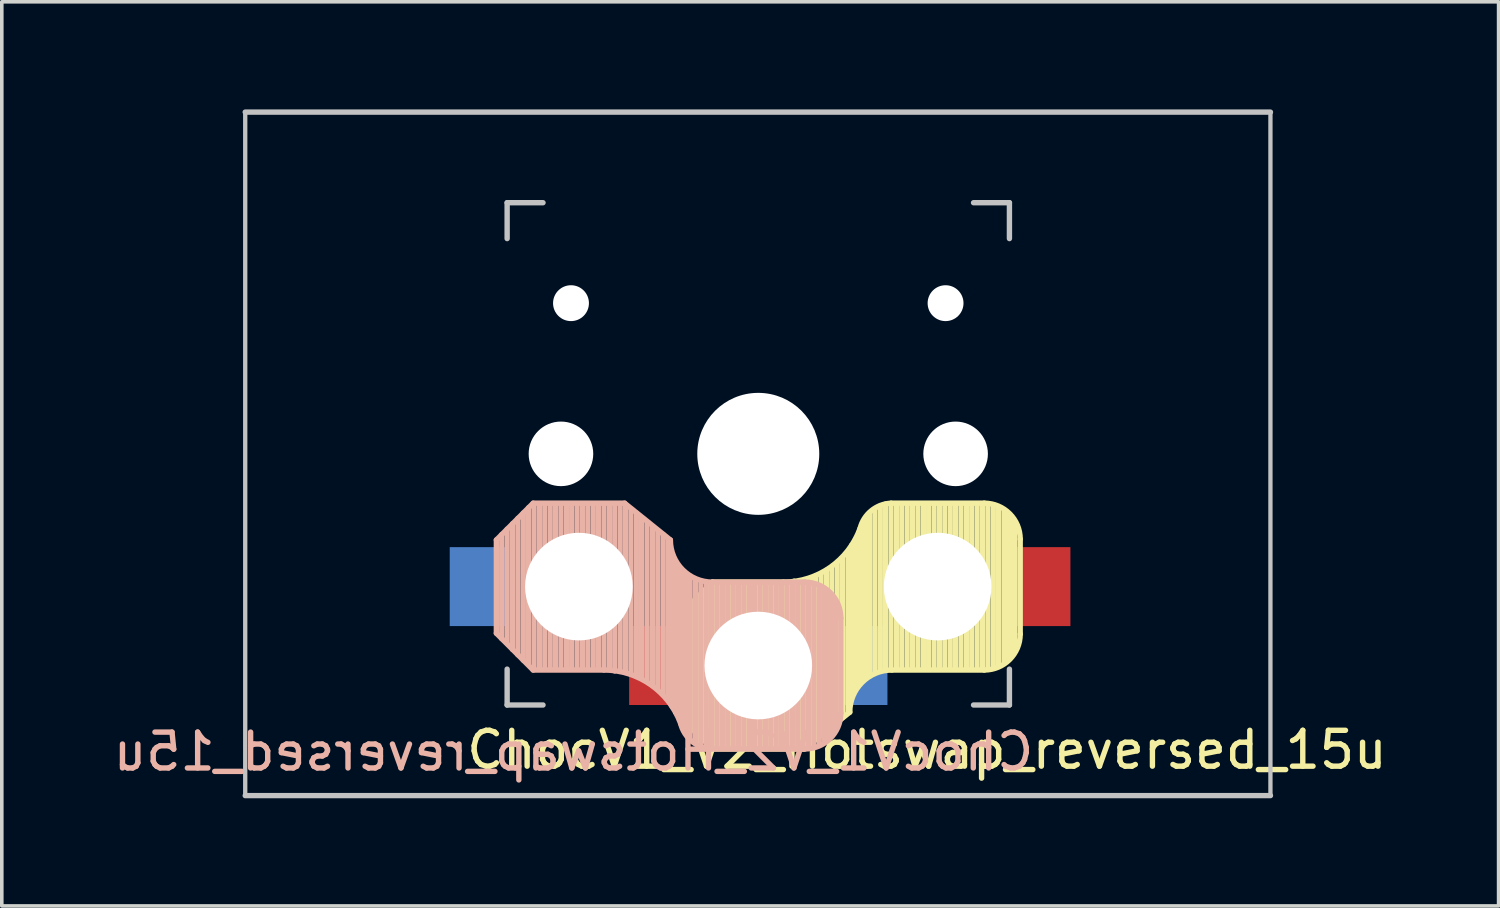
<source format=kicad_pcb>
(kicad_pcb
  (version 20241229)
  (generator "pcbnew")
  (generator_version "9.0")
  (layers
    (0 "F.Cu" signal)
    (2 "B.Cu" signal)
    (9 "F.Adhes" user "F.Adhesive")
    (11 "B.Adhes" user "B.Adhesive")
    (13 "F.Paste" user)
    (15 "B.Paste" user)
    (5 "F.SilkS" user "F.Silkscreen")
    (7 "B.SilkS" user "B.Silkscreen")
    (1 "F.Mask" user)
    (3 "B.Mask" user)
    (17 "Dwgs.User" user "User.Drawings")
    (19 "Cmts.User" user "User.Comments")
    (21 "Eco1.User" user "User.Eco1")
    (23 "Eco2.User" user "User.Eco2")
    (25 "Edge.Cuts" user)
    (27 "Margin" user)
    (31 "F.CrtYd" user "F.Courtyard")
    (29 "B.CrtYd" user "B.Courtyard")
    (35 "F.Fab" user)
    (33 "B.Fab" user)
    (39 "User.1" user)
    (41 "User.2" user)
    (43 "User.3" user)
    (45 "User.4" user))
  (footprint "ChocV1_V2_Hotswap_reversed_15u"
    (layer "F.Cu")
    (at 18.085 9.6)
    (property "Reference" "ChocV1_V2_Hotswap_reversed_15u" (at -5.15 8.3 0) (unlocked yes) (layer "B.SilkS") (effects (font (size 1 1) (thickness 0.15)) (justify mirror)))
    (attr through_hole)
    (fp_line (start -2.3 4.6) (end -1.275 3.575) (stroke (width 0.15) (type solid)) (layer "F.SilkS"))
    (fp_line (start -2.3 7.2) (end -2.3 4.6) (stroke (width 0.15) (type solid)) (layer "F.SilkS"))
    (fp_line (start -2.3 7.2) (end -1.275 8.225) (stroke (width 0.15) (type solid)) (layer "F.SilkS"))
    (fp_line (start -2.15 4.45) (end -2.15 7.35) (stroke (width 0.15) (type solid)) (layer "F.SilkS"))
    (fp_line (start -2 4.35) (end -2 7.5) (stroke (width 0.15) (type solid)) (layer "F.SilkS"))
    (fp_line (start -1.85 4.15) (end -1.85 7.65) (stroke (width 0.15) (type solid)) (layer "F.SilkS"))
    (fp_line (start -1.7 4) (end -1.7 7.8) (stroke (width 0.15) (type solid)) (layer "F.SilkS"))
    (fp_line (start -1.55 3.85) (end -1.55 7.95) (stroke (width 0.15) (type solid)) (layer "F.SilkS"))
    (fp_line (start -1.4 3.75) (end -1.4 8.1) (stroke (width 0.15) (type solid)) (layer "F.SilkS"))
    (fp_line (start -1.25 3.6) (end -1.25 8.2) (stroke (width 0.15) (type solid)) (layer "F.SilkS"))
    (fp_line (start -1.1 3.6) (end -1.1 8.2) (stroke (width 0.15) (type solid)) (layer "F.SilkS"))
    (fp_line (start -0.95 3.6) (end -0.95 8.2) (stroke (width 0.15) (type solid)) (layer "F.SilkS"))
    (fp_line (start -0.8 3.6) (end -0.8 8.2) (stroke (width 0.15) (type solid)) (layer "F.SilkS"))
    (fp_line (start -0.65 3.6) (end -0.65 8.2) (stroke (width 0.15) (type solid)) (layer "F.SilkS"))
    (fp_line (start -0.5 3.6) (end -0.5 8.2) (stroke (width 0.15) (type solid)) (layer "F.SilkS"))
    (fp_line (start -0.35 3.6) (end -0.35 8.2) (stroke (width 0.15) (type solid)) (layer "F.SilkS"))
    (fp_line (start -0.2 3.6) (end -0.2 8.2) (stroke (width 0.15) (type solid)) (layer "F.SilkS"))
    (fp_line (start -0.05 3.6) (end -0.05 8.2) (stroke (width 0.15) (type solid)) (layer "F.SilkS"))
    (fp_line (start 0.1 3.6) (end 0.1 8.2) (stroke (width 0.15) (type solid)) (layer "F.SilkS"))
    (fp_line (start 0.25 3.6) (end 0.25 8.2) (stroke (width 0.15) (type solid)) (layer "F.SilkS"))
    (fp_line (start 0.4 3.6) (end 0.4 8.2) (stroke (width 0.15) (type solid)) (layer "F.SilkS"))
    (fp_line (start 0.55 3.6) (end 0.55 8.2) (stroke (width 0.15) (type solid)) (layer "F.SilkS"))
    (fp_line (start 0.7 3.575) (end -1.275 3.575) (stroke (width 0.15) (type solid)) (layer "F.SilkS"))
    (fp_line (start 0.7 3.6) (end 0.7 8.2) (stroke (width 0.15) (type solid)) (layer "F.SilkS"))
    (fp_line (start 0.85 3.6) (end 0.85 8.15) (stroke (width 0.15) (type solid)) (layer "F.SilkS"))
    (fp_line (start 1 3.55) (end 1 8.2) (stroke (width 0.15) (type solid)) (layer "F.SilkS"))
    (fp_line (start 1.15 3.55) (end 1.15 8.2) (stroke (width 0.15) (type solid)) (layer "F.SilkS"))
    (fp_line (start 1.275 8.225) (end -1.275 8.225) (stroke (width 0.15) (type solid)) (layer "F.SilkS"))
    (fp_line (start 1.275 8.225) (end 2.55 7.2) (stroke (width 0.15) (type solid)) (layer "F.SilkS"))
    (fp_line (start 1.3 3.55) (end 1.3 8.15) (stroke (width 0.15) (type solid)) (layer "F.SilkS"))
    (fp_line (start 1.45 3.5) (end 1.45 8.05) (stroke (width 0.15) (type solid)) (layer "F.SilkS"))
    (fp_line (start 1.6 3.4) (end 1.6 7.95) (stroke (width 0.15) (type solid)) (layer "F.SilkS"))
    (fp_line (start 1.75 3.35) (end 1.75 7.8) (stroke (width 0.15) (type solid)) (layer "F.SilkS"))
    (fp_line (start 1.9 3.25) (end 1.9 7.7) (stroke (width 0.15) (type solid)) (layer "F.SilkS"))
    (fp_line (start 2.05 3.15) (end 2.05 7.55) (stroke (width 0.15) (type solid)) (layer "F.SilkS"))
    (fp_line (start 2.2 3.05) (end 2.2 7.45) (stroke (width 0.15) (type solid)) (layer "F.SilkS"))
    (fp_line (start 2.35 2.9) (end 2.35 7.35) (stroke (width 0.15) (type solid)) (layer "F.SilkS"))
    (fp_line (start 2.5 2.75) (end 2.5 7.2) (stroke (width 0.15) (type solid)) (layer "F.SilkS"))
    (fp_line (start 2.6 2.55) (end 2.6 6.7) (stroke (width 0.15) (type solid)) (layer "F.SilkS"))
    (fp_line (start 2.7 2.4) (end 2.7 6.55) (stroke (width 0.15) (type solid)) (layer "F.SilkS"))
    (fp_line (start 2.8 2.2) (end 2.8 6.35) (stroke (width 0.15) (type solid)) (layer "F.SilkS"))
    (fp_line (start 2.9 2.05) (end 2.9 6.25) (stroke (width 0.15) (type solid)) (layer "F.SilkS"))
    (fp_line (start 3 1.8) (end 3 6.2) (stroke (width 0.15) (type solid)) (layer "F.SilkS"))
    (fp_line (start 3.1 1.65) (end 3.1 6.15) (stroke (width 0.15) (type solid)) (layer "F.SilkS"))
    (fp_line (start 3.25 1.55) (end 3.25 6.1) (stroke (width 0.15) (type solid)) (layer "F.SilkS"))
    (fp_line (start 3.4 1.45) (end 3.4 6) (stroke (width 0.15) (type solid)) (layer "F.SilkS"))
    (fp_line (start 3.55 1.4) (end 3.55 6) (stroke (width 0.15) (type solid)) (layer "F.SilkS"))
    (fp_line (start 3.7 1.4) (end 3.7 6) (stroke (width 0.15) (type solid)) (layer "F.SilkS"))
    (fp_line (start 3.85 1.4) (end 3.85 5.95) (stroke (width 0.15) (type solid)) (layer "F.SilkS"))
    (fp_line (start 4 1.4) (end 4 6) (stroke (width 0.15) (type solid)) (layer "F.SilkS"))
    (fp_line (start 4.15 1.4) (end 4.15 6) (stroke (width 0.15) (type solid)) (layer "F.SilkS"))
    (fp_line (start 4.3 1.4) (end 4.3 6) (stroke (width 0.15) (type solid)) (layer "F.SilkS"))
    (fp_line (start 4.45 1.4) (end 4.45 6) (stroke (width 0.15) (type solid)) (layer "F.SilkS"))
    (fp_line (start 4.6 1.4) (end 4.6 6) (stroke (width 0.15) (type solid)) (layer "F.SilkS"))
    (fp_line (start 4.75 1.4) (end 4.75 6) (stroke (width 0.15) (type solid)) (layer "F.SilkS"))
    (fp_line (start 4.9 1.4) (end 4.9 6) (stroke (width 0.15) (type solid)) (layer "F.SilkS"))
    (fp_line (start 5.05 1.4) (end 5.05 6) (stroke (width 0.15) (type solid)) (layer "F.SilkS"))
    (fp_line (start 5.2 1.4) (end 5.2 6) (stroke (width 0.15) (type solid)) (layer "F.SilkS"))
    (fp_line (start 5.35 1.4) (end 5.35 6) (stroke (width 0.15) (type solid)) (layer "F.SilkS"))
    (fp_line (start 5.5 1.4) (end 5.5 6) (stroke (width 0.15) (type solid)) (layer "F.SilkS"))
    (fp_line (start 5.65 1.4) (end 5.65 6) (stroke (width 0.15) (type solid)) (layer "F.SilkS"))
    (fp_line (start 5.8 1.4) (end 5.8 6) (stroke (width 0.15) (type solid)) (layer "F.SilkS"))
    (fp_line (start 5.95 1.4) (end 5.95 6) (stroke (width 0.15) (type solid)) (layer "F.SilkS"))
    (fp_line (start 6.1 1.4) (end 6.1 6) (stroke (width 0.15) (type solid)) (layer "F.SilkS"))
    (fp_line (start 6.25 1.4) (end 6.25 6) (stroke (width 0.15) (type solid)) (layer "F.SilkS"))
    (fp_line (start 6.3 1.375) (end 3.7 1.375) (stroke (width 0.15) (type solid)) (layer "F.SilkS"))
    (fp_line (start 6.3 6.025) (end 3.725 6.025) (stroke (width 0.15) (type solid)) (layer "F.SilkS"))
    (fp_line (start 6.4 1.4) (end 6.4 5.95) (stroke (width 0.15) (type solid)) (layer "F.SilkS"))
    (fp_line (start 6.55 1.45) (end 6.55 5.95) (stroke (width 0.15) (type solid)) (layer "F.SilkS"))
    (fp_line (start 6.7 1.5) (end 6.7 5.9) (stroke (width 0.15) (type solid)) (layer "F.SilkS"))
    (fp_line (start 6.85 1.6) (end 6.85 5.8) (stroke (width 0.15) (type solid)) (layer "F.SilkS"))
    (fp_line (start 6.95 1.7) (end 6.95 5.65) (stroke (width 0.15) (type solid)) (layer "F.SilkS"))
    (fp_line (start 7.05 1.8) (end 7.05 5.55) (stroke (width 0.15) (type solid)) (layer "F.SilkS"))
    (fp_line (start 7.15 1.95) (end 7.15 5.5) (stroke (width 0.15) (type solid)) (layer "F.SilkS"))
    (fp_line (start 7.3 5.025) (end 7.3 2.375) (stroke (width 0.15) (type solid)) (layer "F.SilkS"))
    (fp_arc (start 2.55 7.2) (mid 2.89415 6.36915) (end 3.725 6.025) (stroke (width 0.15) (type solid)) (layer "F.SilkS"))
    (fp_arc (start 2.837801 2.078096) (mid 2.004887 3.163571) (end 0.7 3.575) (stroke (width 0.15) (type solid)) (layer "F.SilkS"))
    (fp_arc (start 2.837801 2.078096) (mid 3.151716 1.583979) (end 3.699005 1.376209) (stroke (width 0.15) (type solid)) (layer "F.SilkS"))
    (fp_arc (start 6.3 1.375) (mid 7.007107 1.667893) (end 7.3 2.375) (stroke (width 0.15) (type solid)) (layer "F.SilkS"))
    (fp_arc (start 7.3 5.025) (mid 7.007107 5.732107) (end 6.3 6.025) (stroke (width 0.15) (type solid)) (layer "F.SilkS"))
    (fp_line (start -7.3 2.4) (end -7.3 5) (stroke (width 0.15) (type solid)) (layer "B.SilkS"))
    (fp_line (start -7.3 2.4) (end -6.275 1.375) (stroke (width 0.15) (type solid)) (layer "B.SilkS"))
    (fp_line (start -7.3 5) (end -6.275 6.025) (stroke (width 0.15) (type solid)) (layer "B.SilkS"))
    (fp_line (start -7.15 5.15) (end -7.15 2.25) (stroke (width 0.15) (type solid)) (layer "B.SilkS"))
    (fp_line (start -7 5.25) (end -7 2.1) (stroke (width 0.15) (type solid)) (layer "B.SilkS"))
    (fp_line (start -6.85 5.45) (end -6.85 1.95) (stroke (width 0.15) (type solid)) (layer "B.SilkS"))
    (fp_line (start -6.7 5.6) (end -6.7 1.8) (stroke (width 0.15) (type solid)) (layer "B.SilkS"))
    (fp_line (start -6.55 5.75) (end -6.55 1.65) (stroke (width 0.15) (type solid)) (layer "B.SilkS"))
    (fp_line (start -6.4 5.85) (end -6.4 1.5) (stroke (width 0.15) (type solid)) (layer "B.SilkS"))
    (fp_line (start -6.25 6) (end -6.25 1.4) (stroke (width 0.15) (type solid)) (layer "B.SilkS"))
    (fp_line (start -6.1 6) (end -6.1 1.4) (stroke (width 0.15) (type solid)) (layer "B.SilkS"))
    (fp_line (start -5.95 6) (end -5.95 1.4) (stroke (width 0.15) (type solid)) (layer "B.SilkS"))
    (fp_line (start -5.8 6) (end -5.8 1.4) (stroke (width 0.15) (type solid)) (layer "B.SilkS"))
    (fp_line (start -5.65 6) (end -5.65 1.4) (stroke (width 0.15) (type solid)) (layer "B.SilkS"))
    (fp_line (start -5.5 6) (end -5.5 1.4) (stroke (width 0.15) (type solid)) (layer "B.SilkS"))
    (fp_line (start -5.35 6) (end -5.35 1.4) (stroke (width 0.15) (type solid)) (layer "B.SilkS"))
    (fp_line (start -5.2 6) (end -5.2 1.4) (stroke (width 0.15) (type solid)) (layer "B.SilkS"))
    (fp_line (start -5.05 6) (end -5.05 1.4) (stroke (width 0.15) (type solid)) (layer "B.SilkS"))
    (fp_line (start -4.9 6) (end -4.9 1.4) (stroke (width 0.15) (type solid)) (layer "B.SilkS"))
    (fp_line (start -4.75 6) (end -4.75 1.4) (stroke (width 0.15) (type solid)) (layer "B.SilkS"))
    (fp_line (start -4.6 6) (end -4.6 1.4) (stroke (width 0.15) (type solid)) (layer "B.SilkS"))
    (fp_line (start -4.45 6) (end -4.45 1.4) (stroke (width 0.15) (type solid)) (layer "B.SilkS"))
    (fp_line (start -4.3 6) (end -4.3 1.4) (stroke (width 0.15) (type solid)) (layer "B.SilkS"))
    (fp_line (start -4.3 6.025) (end -6.275 6.025) (stroke (width 0.15) (type solid)) (layer "B.SilkS"))
    (fp_line (start -4.15 6) (end -4.15 1.45) (stroke (width 0.15) (type solid)) (layer "B.SilkS"))
    (fp_line (start -4 6.05) (end -4 1.4) (stroke (width 0.15) (type solid)) (layer "B.SilkS"))
    (fp_line (start -3.85 6.05) (end -3.85 1.4) (stroke (width 0.15) (type solid)) (layer "B.SilkS"))
    (fp_line (start -3.725 1.375) (end -6.275 1.375) (stroke (width 0.15) (type solid)) (layer "B.SilkS"))
    (fp_line (start -3.725 1.375) (end -2.45 2.4) (stroke (width 0.15) (type solid)) (layer "B.SilkS"))
    (fp_line (start -3.7 6.05) (end -3.7 1.45) (stroke (width 0.15) (type solid)) (layer "B.SilkS"))
    (fp_line (start -3.55 6.1) (end -3.55 1.55) (stroke (width 0.15) (type solid)) (layer "B.SilkS"))
    (fp_line (start -3.4 6.2) (end -3.4 1.65) (stroke (width 0.15) (type solid)) (layer "B.SilkS"))
    (fp_line (start -3.25 6.25) (end -3.25 1.8) (stroke (width 0.15) (type solid)) (layer "B.SilkS"))
    (fp_line (start -3.1 6.35) (end -3.1 1.9) (stroke (width 0.15) (type solid)) (layer "B.SilkS"))
    (fp_line (start -2.95 6.45) (end -2.95 2.05) (stroke (width 0.15) (type solid)) (layer "B.SilkS"))
    (fp_line (start -2.8 6.55) (end -2.8 2.15) (stroke (width 0.15) (type solid)) (layer "B.SilkS"))
    (fp_line (start -2.65 6.7) (end -2.65 2.25) (stroke (width 0.15) (type solid)) (layer "B.SilkS"))
    (fp_line (start -2.5 6.85) (end -2.5 2.4) (stroke (width 0.15) (type solid)) (layer "B.SilkS"))
    (fp_line (start -2.4 7.05) (end -2.4 2.9) (stroke (width 0.15) (type solid)) (layer "B.SilkS"))
    (fp_line (start -2.3 7.2) (end -2.3 3.05) (stroke (width 0.15) (type solid)) (layer "B.SilkS"))
    (fp_line (start -2.2 7.4) (end -2.2 3.25) (stroke (width 0.15) (type solid)) (layer "B.SilkS"))
    (fp_line (start -2.1 7.55) (end -2.1 3.35) (stroke (width 0.15) (type solid)) (layer "B.SilkS"))
    (fp_line (start -2 7.8) (end -2 3.4) (stroke (width 0.15) (type solid)) (layer "B.SilkS"))
    (fp_line (start -1.9 7.95) (end -1.9 3.45) (stroke (width 0.15) (type solid)) (layer "B.SilkS"))
    (fp_line (start -1.75 8.05) (end -1.75 3.5) (stroke (width 0.15) (type solid)) (layer "B.SilkS"))
    (fp_line (start -1.6 8.15) (end -1.6 3.6) (stroke (width 0.15) (type solid)) (layer "B.SilkS"))
    (fp_line (start -1.45 8.2) (end -1.45 3.6) (stroke (width 0.15) (type solid)) (layer "B.SilkS"))
    (fp_line (start -1.3 8.2) (end -1.3 3.6) (stroke (width 0.15) (type solid)) (layer "B.SilkS"))
    (fp_line (start -1.15 8.2) (end -1.15 3.65) (stroke (width 0.15) (type solid)) (layer "B.SilkS"))
    (fp_line (start -1 8.2) (end -1 3.6) (stroke (width 0.15) (type solid)) (layer "B.SilkS"))
    (fp_line (start -0.85 8.2) (end -0.85 3.6) (stroke (width 0.15) (type solid)) (layer "B.SilkS"))
    (fp_line (start -0.7 8.2) (end -0.7 3.6) (stroke (width 0.15) (type solid)) (layer "B.SilkS"))
    (fp_line (start -0.55 8.2) (end -0.55 3.6) (stroke (width 0.15) (type solid)) (layer "B.SilkS"))
    (fp_line (start -0.4 8.2) (end -0.4 3.6) (stroke (width 0.15) (type solid)) (layer "B.SilkS"))
    (fp_line (start -0.25 8.2) (end -0.25 3.6) (stroke (width 0.15) (type solid)) (layer "B.SilkS"))
    (fp_line (start -0.1 8.2) (end -0.1 3.6) (stroke (width 0.15) (type solid)) (layer "B.SilkS"))
    (fp_line (start 0.05 8.2) (end 0.05 3.6) (stroke (width 0.15) (type solid)) (layer "B.SilkS"))
    (fp_line (start 0.2 8.2) (end 0.2 3.6) (stroke (width 0.15) (type solid)) (layer "B.SilkS"))
    (fp_line (start 0.35 8.2) (end 0.35 3.6) (stroke (width 0.15) (type solid)) (layer "B.SilkS"))
    (fp_line (start 0.5 8.2) (end 0.5 3.6) (stroke (width 0.15) (type solid)) (layer "B.SilkS"))
    (fp_line (start 0.65 8.2) (end 0.65 3.6) (stroke (width 0.15) (type solid)) (layer "B.SilkS"))
    (fp_line (start 0.8 8.2) (end 0.8 3.6) (stroke (width 0.15) (type solid)) (layer "B.SilkS"))
    (fp_line (start 0.95 8.2) (end 0.95 3.6) (stroke (width 0.15) (type solid)) (layer "B.SilkS"))
    (fp_line (start 1.1 8.2) (end 1.1 3.6) (stroke (width 0.15) (type solid)) (layer "B.SilkS"))
    (fp_line (start 1.25 8.2) (end 1.25 3.6) (stroke (width 0.15) (type solid)) (layer "B.SilkS"))
    (fp_line (start 1.3 3.575) (end -1.275 3.575) (stroke (width 0.15) (type solid)) (layer "B.SilkS"))
    (fp_line (start 1.3 8.225) (end -1.3 8.225) (stroke (width 0.15) (type solid)) (layer "B.SilkS"))
    (fp_line (start 1.4 8.2) (end 1.4 3.65) (stroke (width 0.15) (type solid)) (layer "B.SilkS"))
    (fp_line (start 1.55 8.15) (end 1.55 3.65) (stroke (width 0.15) (type solid)) (layer "B.SilkS"))
    (fp_line (start 1.7 8.1) (end 1.7 3.7) (stroke (width 0.15) (type solid)) (layer "B.SilkS"))
    (fp_line (start 1.85 8) (end 1.85 3.8) (stroke (width 0.15) (type solid)) (layer "B.SilkS"))
    (fp_line (start 1.95 7.9) (end 1.95 3.95) (stroke (width 0.15) (type solid)) (layer "B.SilkS"))
    (fp_line (start 2.05 7.8) (end 2.05 4.05) (stroke (width 0.15) (type solid)) (layer "B.SilkS"))
    (fp_line (start 2.15 7.65) (end 2.15 4.1) (stroke (width 0.15) (type solid)) (layer "B.SilkS"))
    (fp_line (start 2.3 4.575) (end 2.3 7.225) (stroke (width 0.15) (type solid)) (layer "B.SilkS"))
    (fp_arc (start -4.3 6.025) (mid -2.995114 6.436429) (end -2.162199 7.521904) (stroke (width 0.15) (type solid)) (layer "B.SilkS"))
    (fp_arc (start -1.300995 8.223791) (mid -1.848286 8.016021) (end -2.162199 7.521904) (stroke (width 0.15) (type solid)) (layer "B.SilkS"))
    (fp_arc (start -1.275 3.575) (mid -2.10585 3.23085) (end -2.45 2.4) (stroke (width 0.15) (type solid)) (layer "B.SilkS"))
    (fp_arc (start 1.3 3.575) (mid 2.007107 3.867893) (end 2.3 4.575) (stroke (width 0.15) (type solid)) (layer "B.SilkS"))
    (fp_arc (start 2.3 7.225) (mid 2.007107 7.932107) (end 1.3 8.225) (stroke (width 0.15) (type solid)) (layer "B.SilkS"))
    (fp_line (start -14.3 -9.525) (end -14.3 9.525) (stroke (width 0.12) (type solid)) (layer "Dwgs.User"))
    (fp_line (start -14.3 -9.525) (end 14.275 -9.525) (stroke (width 0.15) (type solid)) (layer "Dwgs.User"))
    (fp_line (start -7 -7) (end -6 -7) (stroke (width 0.15) (type solid)) (layer "Dwgs.User"))
    (fp_line (start -7 -6) (end -7 -7) (stroke (width 0.15) (type solid)) (layer "Dwgs.User"))
    (fp_line (start -7 7) (end -7 6) (stroke (width 0.15) (type solid)) (layer "Dwgs.User"))
    (fp_line (start -6 7) (end -7 7) (stroke (width 0.15) (type solid)) (layer "Dwgs.User"))
    (fp_line (start 6 7) (end 7 7) (stroke (width 0.15) (type solid)) (layer "Dwgs.User"))
    (fp_line (start 7 -7) (end 6 -7) (stroke (width 0.15) (type solid)) (layer "Dwgs.User"))
    (fp_line (start 7 -6) (end 7 -7) (stroke (width 0.15) (type solid)) (layer "Dwgs.User"))
    (fp_line (start 7 7) (end 7 6) (stroke (width 0.15) (type solid)) (layer "Dwgs.User"))
    (fp_line (start 14.275 -9.525) (end 14.275 9.525) (stroke (width 0.12) (type solid)) (layer "Dwgs.User"))
    (fp_line (start 14.275 9.525) (end -14.3 9.525) (stroke (width 0.15) (type solid)) (layer "Dwgs.User"))
    (fp_text user "${REFERENCE}" (at 4.7 8.25 0) (unlocked yes) (layer "F.SilkS") (effects (font (size 1 1) (thickness 0.15))))
    (pad "" np_thru_hole circle (at -5.5 0 90) (size 1.8 1.8) (drill 1.8) (layers "*.Cu" "*.Mask"))
    (pad "" np_thru_hole circle (at -5.22 -4.2 180) (size 1 1) (drill 1) (layers "*.Cu" "*.Mask"))
    (pad "" np_thru_hole circle (at -5 3.7 90) (size 3 3) (drill 3) (layers "*.Cu" "*.Mask"))
    (pad "" np_thru_hole circle (at 0 0 90) (size 3.4 3.4) (drill 3.4) (layers "*.Cu" "*.Mask"))
    (pad "" np_thru_hole circle (at 0 5.9 90) (size 3 3) (drill 3) (layers "*.Cu" "*.Mask"))
    (pad "" np_thru_hole circle (at 5 3.7 270) (size 3 3) (drill 3) (layers "*.Cu" "*.Mask"))
    (pad "" np_thru_hole circle (at 5.22 -4.2 180) (size 1 1) (drill 1) (layers "*.Cu" "*.Mask"))
    (pad "" np_thru_hole circle (at 5.5 0 90) (size 1.8 1.8) (drill 1.8) (layers "*.Cu" "*.Mask"))
    (pad "1" smd rect (at -7.8 3.7 180) (size 1.6 2.2) (layers "B.Cu" "B.Mask" "B.Paste"))
    (pad "1" smd rect (at 7.9 3.7 180) (size 1.6 2.2) (layers "F.Cu" "F.Mask" "F.Paste"))
    (pad "2" smd rect (at -2.8 5.9 180) (size 1.6 2.2) (layers "F.Cu" "F.Mask" "F.Paste"))
    (pad "2" smd rect (at 2.8 5.9 180) (size 1.6 2.2) (layers "B.Cu" "B.Mask" "B.Paste")))
  (gr_rect
    (start -3 -3)
    (end 38.719 22.2)
    (stroke (width 0.1) (type default))
    (fill no)
    (layer "Edge.Cuts")))
</source>
